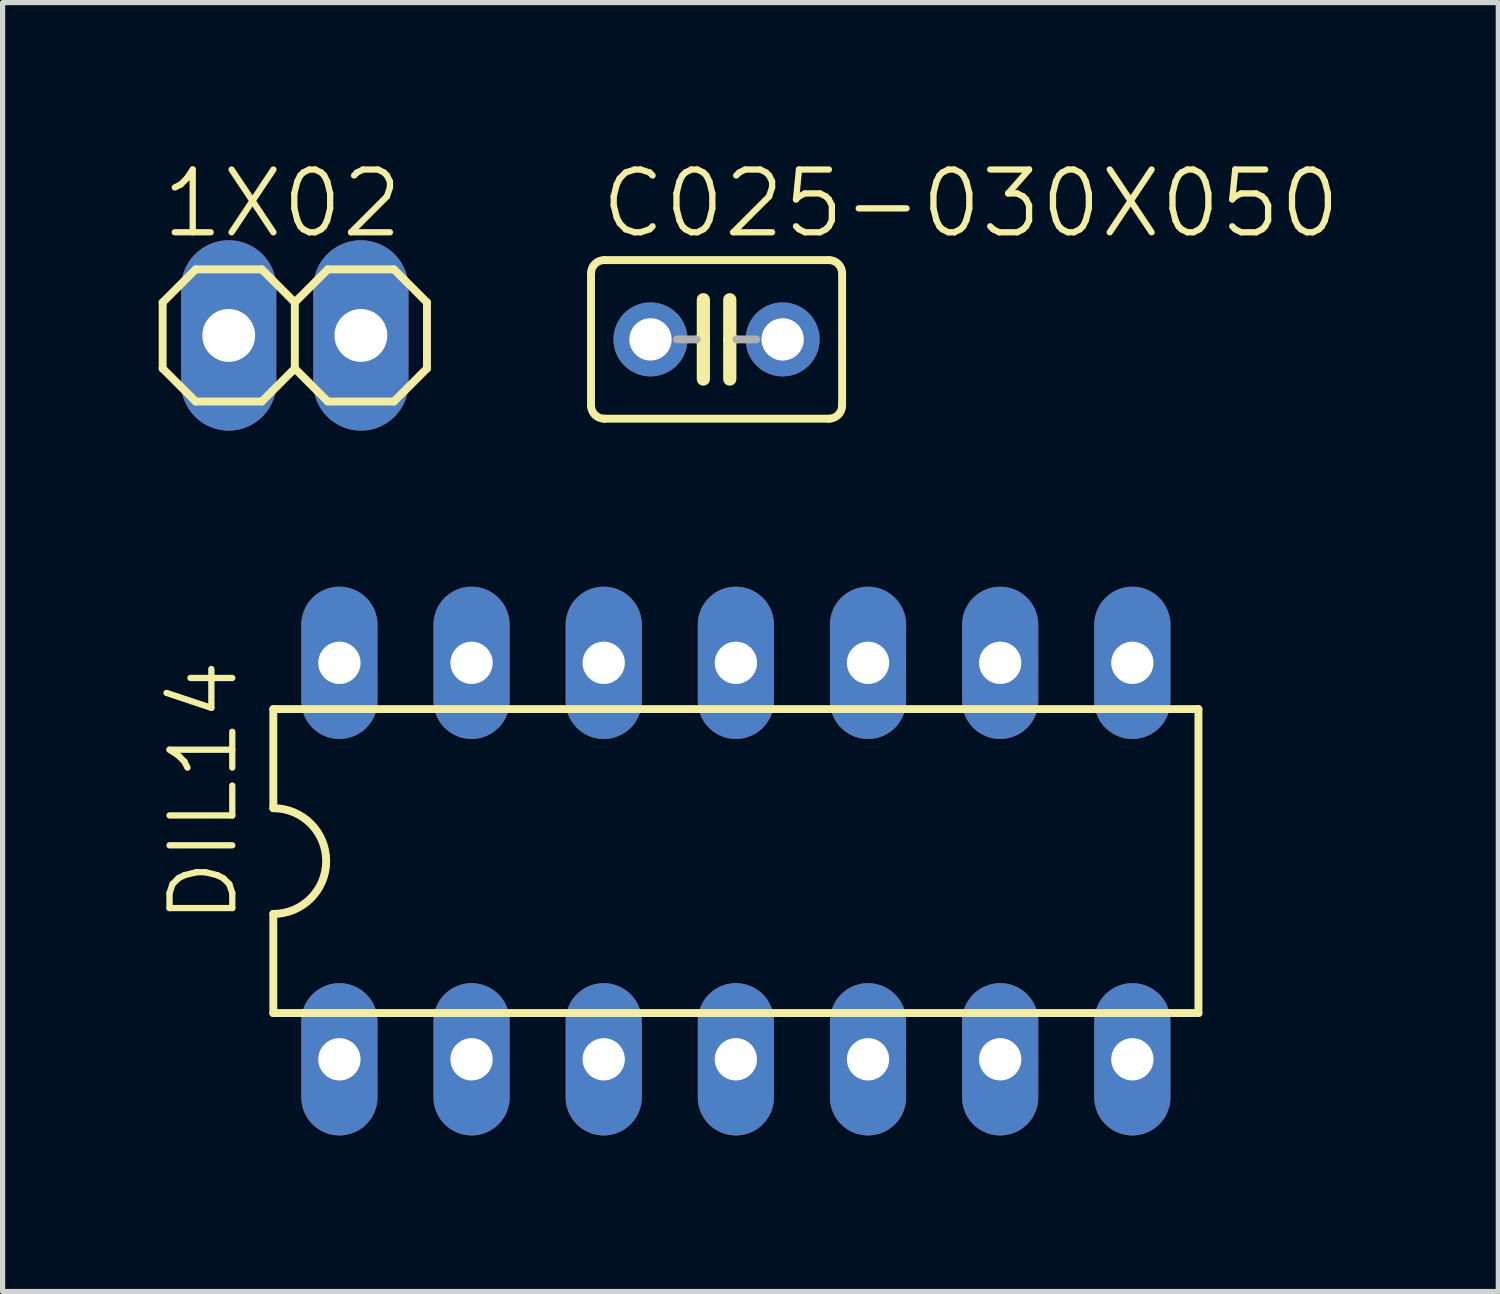
<source format=kicad_pcb>
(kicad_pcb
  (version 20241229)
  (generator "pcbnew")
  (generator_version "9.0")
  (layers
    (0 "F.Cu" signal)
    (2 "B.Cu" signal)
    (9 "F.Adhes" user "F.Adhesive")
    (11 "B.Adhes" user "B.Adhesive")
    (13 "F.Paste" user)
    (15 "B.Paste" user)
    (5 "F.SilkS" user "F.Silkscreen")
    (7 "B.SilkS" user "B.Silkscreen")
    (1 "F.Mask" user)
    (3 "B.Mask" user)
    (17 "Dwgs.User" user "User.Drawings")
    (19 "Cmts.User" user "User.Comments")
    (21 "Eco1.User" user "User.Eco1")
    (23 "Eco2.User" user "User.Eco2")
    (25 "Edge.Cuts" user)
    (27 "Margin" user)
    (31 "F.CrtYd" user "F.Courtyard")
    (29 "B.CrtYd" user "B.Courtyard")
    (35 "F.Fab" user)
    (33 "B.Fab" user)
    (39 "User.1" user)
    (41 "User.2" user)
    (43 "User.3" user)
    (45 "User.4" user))
  (footprint "DIL14"
    (layer "F.Cu")
    (at 11.093 13.499)
    (property "Reference" "DIL14" (at -9.525 1.27 90) (layer "F.SilkS") (effects (font (size 1.206 1.206) (thickness 0.121)) (justify left bottom)))
    (attr through_hole)
    (fp_line (start -8.89 -2.921) (end -8.89 -1.016) (stroke (width 0.152) (type solid)) (layer "F.SilkS"))
    (fp_line (start -8.89 2.921) (end -8.89 1.016) (stroke (width 0.152) (type solid)) (layer "F.SilkS"))
    (fp_line (start -8.89 2.921) (end 8.89 2.921) (stroke (width 0.152) (type solid)) (layer "F.SilkS"))
    (fp_line (start 8.89 -2.921) (end -8.89 -2.921) (stroke (width 0.152) (type solid)) (layer "F.SilkS"))
    (fp_line (start 8.89 -2.921) (end 8.89 2.921) (stroke (width 0.152) (type solid)) (layer "F.SilkS"))
    (fp_arc (start -8.89 -1.016) (mid -7.874 0) (end -8.89 1.016) (stroke (width 0.1524) (type solid)) (layer "F.SilkS"))
    (pad "1" thru_hole oval (at -7.62 3.81 90) (size 2.926 1.463) (drill 0.813) (layers "*.Cu" "*.Mask"))
    (pad "2" thru_hole oval (at -5.08 3.81 90) (size 2.926 1.463) (drill 0.813) (layers "*.Cu" "*.Mask"))
    (pad "3" thru_hole oval (at -2.54 3.81 90) (size 2.926 1.463) (drill 0.813) (layers "*.Cu" "*.Mask"))
    (pad "4" thru_hole oval (at 0 3.81 90) (size 2.926 1.463) (drill 0.813) (layers "*.Cu" "*.Mask"))
    (pad "5" thru_hole oval (at 2.54 3.81 90) (size 2.926 1.463) (drill 0.813) (layers "*.Cu" "*.Mask"))
    (pad "6" thru_hole oval (at 5.08 3.81 90) (size 2.926 1.463) (drill 0.813) (layers "*.Cu" "*.Mask"))
    (pad "7" thru_hole oval (at 7.62 3.81 90) (size 2.926 1.463) (drill 0.813) (layers "*.Cu" "*.Mask"))
    (pad "8" thru_hole oval (at 7.62 -3.81 90) (size 2.926 1.463) (drill 0.813) (layers "*.Cu" "*.Mask"))
    (pad "9" thru_hole oval (at 5.08 -3.81 90) (size 2.926 1.463) (drill 0.813) (layers "*.Cu" "*.Mask"))
    (pad "10" thru_hole oval (at 2.54 -3.81 90) (size 2.926 1.463) (drill 0.813) (layers "*.Cu" "*.Mask"))
    (pad "11" thru_hole oval (at 0 -3.81 90) (size 2.926 1.463) (drill 0.813) (layers "*.Cu" "*.Mask"))
    (pad "12" thru_hole oval (at -2.54 -3.81 90) (size 2.926 1.463) (drill 0.813) (layers "*.Cu" "*.Mask"))
    (pad "13" thru_hole oval (at -5.08 -3.81 90) (size 2.926 1.463) (drill 0.813) (layers "*.Cu" "*.Mask"))
    (pad "14" thru_hole oval (at -7.62 -3.81 90) (size 2.926 1.463) (drill 0.813) (layers "*.Cu" "*.Mask")))
  (footprint "1X02"
    (layer "F.Cu")
    (at 2.616 3.397)
    (property "Reference" "1X02" (at -2.616 -1.829 0) (layer "F.SilkS") (effects (font (size 1.206 1.206) (thickness 0.121)) (justify left bottom)))
    (attr through_hole)
    (fp_line (start -2.54 -0.635) (end -2.54 0.635) (stroke (width 0.152) (type solid)) (layer "F.SilkS"))
    (fp_line (start -2.54 0.635) (end -1.905 1.27) (stroke (width 0.152) (type solid)) (layer "F.SilkS"))
    (fp_line (start -1.905 -1.27) (end -2.54 -0.635) (stroke (width 0.152) (type solid)) (layer "F.SilkS"))
    (fp_line (start -1.905 -1.27) (end -0.635 -1.27) (stroke (width 0.152) (type solid)) (layer "F.SilkS"))
    (fp_line (start -0.635 -1.27) (end 0 -0.635) (stroke (width 0.152) (type solid)) (layer "F.SilkS"))
    (fp_line (start -0.635 1.27) (end -1.905 1.27) (stroke (width 0.152) (type solid)) (layer "F.SilkS"))
    (fp_line (start 0 -0.635) (end 0 0.635) (stroke (width 0.152) (type solid)) (layer "F.SilkS"))
    (fp_line (start 0 -0.635) (end 0.635 -1.27) (stroke (width 0.152) (type solid)) (layer "F.SilkS"))
    (fp_line (start 0 0.635) (end -0.635 1.27) (stroke (width 0.152) (type solid)) (layer "F.SilkS"))
    (fp_line (start 0.635 -1.27) (end 1.905 -1.27) (stroke (width 0.152) (type solid)) (layer "F.SilkS"))
    (fp_line (start 0.635 1.27) (end 0 0.635) (stroke (width 0.152) (type solid)) (layer "F.SilkS"))
    (fp_line (start 1.905 -1.27) (end 2.54 -0.635) (stroke (width 0.152) (type solid)) (layer "F.SilkS"))
    (fp_line (start 1.905 1.27) (end 0.635 1.27) (stroke (width 0.152) (type solid)) (layer "F.SilkS"))
    (fp_line (start 2.54 -0.635) (end 2.54 0.635) (stroke (width 0.152) (type solid)) (layer "F.SilkS"))
    (fp_line (start 2.54 0.635) (end 1.905 1.27) (stroke (width 0.152) (type solid)) (layer "F.SilkS"))
    (fp_poly (pts (xy -1.524 0.254) (xy -1.016 0.254) (xy -1.016 -0.254) (xy -1.524 -0.254)) (stroke (width 0.1) (type solid)) (fill no) (layer "F.Fab"))
    (fp_poly (pts (xy 1.016 0.254) (xy 1.524 0.254) (xy 1.524 -0.254) (xy 1.016 -0.254)) (stroke (width 0.1) (type solid)) (fill no) (layer "F.Fab"))
    (pad "1" thru_hole oval (at -1.27 0 90) (size 3.658 1.829) (drill 1.016) (layers "*.Cu" "*.Mask"))
    (pad "2" thru_hole oval (at 1.27 0 90) (size 3.658 1.829) (drill 1.016) (layers "*.Cu" "*.Mask")))
  (footprint "C025-030X050"
    (layer "F.Cu")
    (at 10.722 3.473)
    (property "Reference" "C025-030X050" (at -2.286 -1.905 0) (layer "F.SilkS") (effects (font (size 1.206 1.206) (thickness 0.121)) (justify left bottom)))
    (attr through_hole)
    (fp_line (start -2.413 -1.27) (end -2.413 1.27) (stroke (width 0.152) (type solid)) (layer "F.SilkS"))
    (fp_line (start -2.159 -1.524) (end 2.159 -1.524) (stroke (width 0.152) (type solid)) (layer "F.SilkS"))
    (fp_line (start -0.254 -0.762) (end -0.254 0) (stroke (width 0.254) (type solid)) (layer "F.SilkS"))
    (fp_line (start -0.254 0) (end -0.381 0) (stroke (width 0.152) (type solid)) (layer "F.SilkS"))
    (fp_line (start -0.254 0) (end -0.254 0.762) (stroke (width 0.254) (type solid)) (layer "F.SilkS"))
    (fp_line (start 0.254 0) (end 0.254 -0.762) (stroke (width 0.254) (type solid)) (layer "F.SilkS"))
    (fp_line (start 0.254 0) (end 0.254 0.762) (stroke (width 0.254) (type solid)) (layer "F.SilkS"))
    (fp_line (start 0.381 0) (end 0.254 0) (stroke (width 0.152) (type solid)) (layer "F.SilkS"))
    (fp_line (start 2.159 1.524) (end -2.159 1.524) (stroke (width 0.152) (type solid)) (layer "F.SilkS"))
    (fp_line (start 2.413 -1.27) (end 2.413 1.27) (stroke (width 0.152) (type solid)) (layer "F.SilkS"))
    (fp_arc (start -2.413 -1.27) (mid -2.338605 -1.449605) (end -2.159 -1.524) (stroke (width 0.1524) (type solid)) (layer "F.SilkS"))
    (fp_arc (start -2.159 1.524) (mid -2.338605 1.449605) (end -2.413 1.27) (stroke (width 0.1524) (type solid)) (layer "F.SilkS"))
    (fp_arc (start 2.159 -1.524) (mid 2.338605 -1.449605) (end 2.413 -1.27) (stroke (width 0.1524) (type solid)) (layer "F.SilkS"))
    (fp_arc (start 2.413 1.27) (mid 2.338605 1.449605) (end 2.159 1.524) (stroke (width 0.1524) (type solid)) (layer "F.SilkS"))
    (fp_line (start -0.381 0) (end -0.762 0) (stroke (width 0.152) (type solid)) (layer "F.Fab"))
    (fp_line (start 0.762 0) (end 0.381 0) (stroke (width 0.152) (type solid)) (layer "F.Fab"))
    (pad "1" thru_hole circle (at -1.27 0) (size 1.422 1.422) (drill 0.813) (layers "*.Cu" "*.Mask"))
    (pad "2" thru_hole circle (at 1.27 0) (size 1.422 1.422) (drill 0.813) (layers "*.Cu" "*.Mask")))
  (gr_rect
    (start -3 -3)
    (end 25.747 21.772)
    (stroke (width 0.1) (type default))
    (fill no)
    (layer "Edge.Cuts")))
</source>
